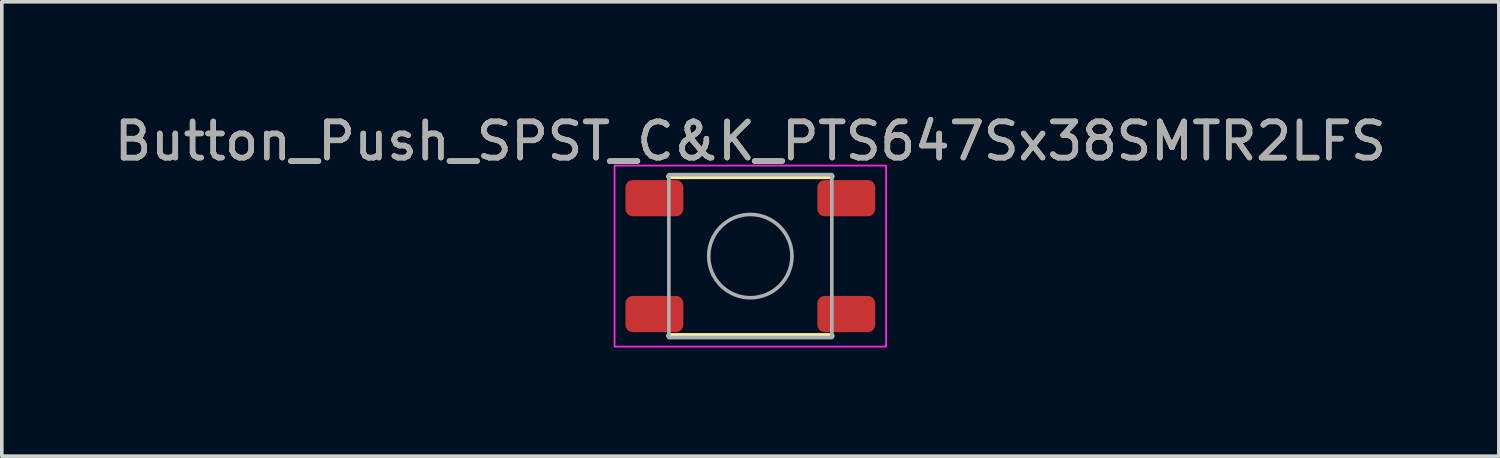
<source format=kicad_pcb>
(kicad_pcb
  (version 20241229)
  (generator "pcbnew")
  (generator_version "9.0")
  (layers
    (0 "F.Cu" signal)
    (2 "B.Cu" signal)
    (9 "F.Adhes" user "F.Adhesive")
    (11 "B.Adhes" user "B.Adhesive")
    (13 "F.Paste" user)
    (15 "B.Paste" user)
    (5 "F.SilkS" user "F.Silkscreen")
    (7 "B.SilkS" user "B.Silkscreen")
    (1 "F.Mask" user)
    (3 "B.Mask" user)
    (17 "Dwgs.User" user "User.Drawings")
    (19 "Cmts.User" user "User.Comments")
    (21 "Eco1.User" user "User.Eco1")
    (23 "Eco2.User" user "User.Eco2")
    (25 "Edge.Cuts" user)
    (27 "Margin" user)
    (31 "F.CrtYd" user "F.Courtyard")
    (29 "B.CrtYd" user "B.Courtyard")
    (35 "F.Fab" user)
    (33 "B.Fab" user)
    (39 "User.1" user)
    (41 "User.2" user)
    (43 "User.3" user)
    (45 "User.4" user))
  (footprint "Button_Push_SPST_C&K_PTS647Sx38SMTR2LFS"
    (layer "F.Cu")
    (at 17.673 4.023)
    (property "Reference" "Button_Push_SPST_C&K_PTS647Sx38SMTR2LFS" (at 0 -3.175 0) (unlocked yes) (layer "F.SilkS") (effects (font (size 1 1) (thickness 0.15))))
    (attr smd)
    (fp_line (start -2.25 -2.2) (end 2.25 -2.2) (stroke (width 0.15) (type solid)) (layer "F.SilkS"))
    (fp_line (start -2.25 2.2) (end 2.25 2.2) (stroke (width 0.15) (type solid)) (layer "F.SilkS"))
    (fp_rect (start 3.75 2.5) (end -3.75 -2.5) (stroke (width 0.05) (type solid)) (fill no) (layer "F.CrtYd"))
    (fp_rect (start -2.25 -2.25) (end 2.25 2.25) (stroke (width 0.1) (type solid)) (fill no) (layer "F.Fab"))
    (fp_circle (center 0 0) (end 1.15 0) (stroke (width 0.1) (type solid)) (fill no) (layer "F.Fab"))
    (fp_text user "${REFERENCE}" (at 0 -3.175 0) (unlocked yes) (layer "F.Fab") (effects (font (size 1 1) (thickness 0.15))))
    (pad "1" smd roundrect (at -2.65 -1.6) (size 1.6 1) (layers "F.Cu" "F.Mask" "F.Paste") (roundrect_rratio 0.2))
    (pad "1" smd roundrect (at 2.65 -1.6) (size 1.6 1) (layers "F.Cu" "F.Mask" "F.Paste") (roundrect_rratio 0.2))
    (pad "2" smd roundrect (at -2.65 1.6) (size 1.6 1) (layers "F.Cu" "F.Mask" "F.Paste") (roundrect_rratio 0.2))
    (pad "2" smd roundrect (at 2.65 1.6) (size 1.6 1) (layers "F.Cu" "F.Mask" "F.Paste") (roundrect_rratio 0.2)))
  (gr_rect
    (start -3 -3)
    (end 38.345 9.548)
    (stroke (width 0.1) (type default))
    (fill no)
    (layer "Edge.Cuts")))
</source>
